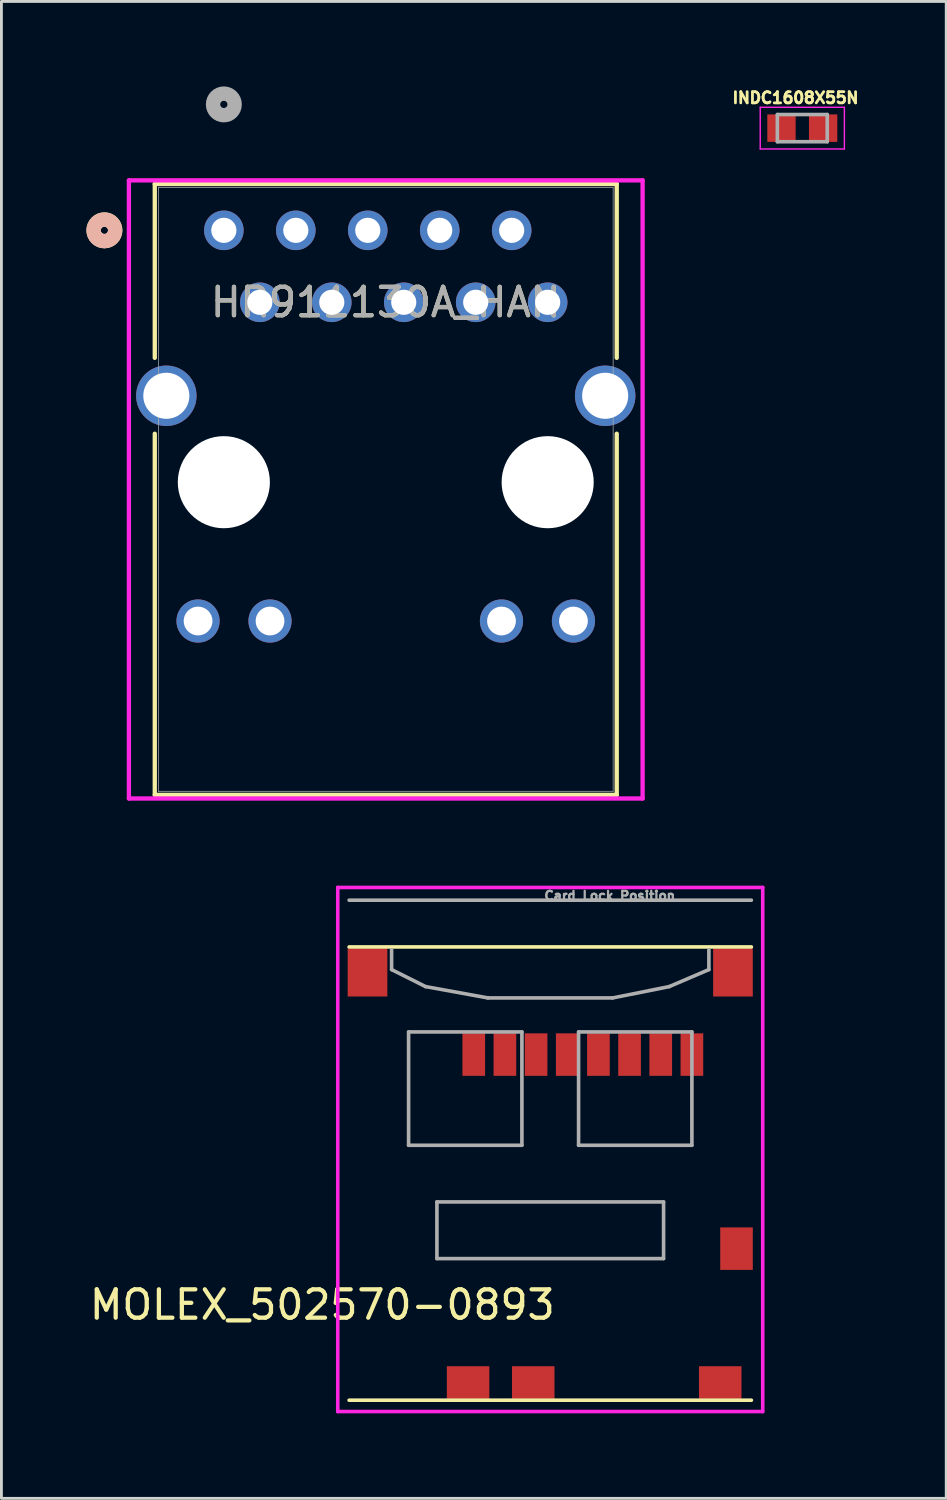
<source format=kicad_pcb>
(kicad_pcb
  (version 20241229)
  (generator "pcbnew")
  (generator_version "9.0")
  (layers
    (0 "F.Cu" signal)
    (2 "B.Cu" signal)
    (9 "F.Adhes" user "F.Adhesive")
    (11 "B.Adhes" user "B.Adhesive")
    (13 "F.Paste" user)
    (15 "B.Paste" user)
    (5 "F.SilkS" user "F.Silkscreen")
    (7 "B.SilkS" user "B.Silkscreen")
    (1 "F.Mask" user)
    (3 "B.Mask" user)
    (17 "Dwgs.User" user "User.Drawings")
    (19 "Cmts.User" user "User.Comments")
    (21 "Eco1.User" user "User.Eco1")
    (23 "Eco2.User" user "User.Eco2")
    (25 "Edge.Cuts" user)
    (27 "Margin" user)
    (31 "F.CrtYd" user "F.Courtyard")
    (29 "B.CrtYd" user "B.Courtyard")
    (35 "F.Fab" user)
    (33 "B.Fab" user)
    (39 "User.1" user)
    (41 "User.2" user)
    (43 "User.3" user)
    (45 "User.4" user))
  (footprint "MOLEX_502570-0893"
    (layer "F.Cu")
    (at 16.372 38.374)
    (property "Reference" "MOLEX_502570-0893" (at -8.046 4.631 180) (layer "F.SilkS") (effects (font (size 1.001 1.001) (thickness 0.15))))
    (attr smd)
    (fp_line (start -7.1 -8) (end 7.1 -8) (stroke (width 0.127) (type solid)) (layer "F.SilkS"))
    (fp_line (start -7.1 8) (end 7.1 8) (stroke (width 0.127) (type solid)) (layer "F.SilkS"))
    (fp_line (start -7.5 -10.1) (end -7.5 8.4) (stroke (width 0.127) (type solid)) (layer "F.CrtYd"))
    (fp_line (start -7.5 8.4) (end 7.5 8.4) (stroke (width 0.127) (type solid)) (layer "F.CrtYd"))
    (fp_line (start 7.5 -10.1) (end -7.5 -10.1) (stroke (width 0.127) (type solid)) (layer "F.CrtYd"))
    (fp_line (start 7.5 8.4) (end 7.5 -10.1) (stroke (width 0.127) (type solid)) (layer "F.CrtYd"))
    (fp_line (start -7.1 -9.65) (end 7.1 -9.65) (stroke (width 0.127) (type solid)) (layer "F.Fab"))
    (fp_line (start -5.6 -7.9) (end -5.6 -7.2) (stroke (width 0.127) (type solid)) (layer "F.Fab"))
    (fp_line (start -5.6 -7.2) (end -4.4 -6.6) (stroke (width 0.127) (type solid)) (layer "F.Fab"))
    (fp_line (start -5 -5) (end -5 -1) (stroke (width 0.127) (type solid)) (layer "F.Fab"))
    (fp_line (start -5 -1) (end -1 -1) (stroke (width 0.127) (type solid)) (layer "F.Fab"))
    (fp_line (start -4.4 -6.6) (end -2.2 -6.2) (stroke (width 0.127) (type solid)) (layer "F.Fab"))
    (fp_line (start -4 1) (end -4 3) (stroke (width 0.127) (type solid)) (layer "F.Fab"))
    (fp_line (start -4 3) (end 4 3) (stroke (width 0.127) (type solid)) (layer "F.Fab"))
    (fp_line (start -2.2 -6.2) (end 2.2 -6.2) (stroke (width 0.127) (type solid)) (layer "F.Fab"))
    (fp_line (start -1 -5) (end -5 -5) (stroke (width 0.127) (type solid)) (layer "F.Fab"))
    (fp_line (start -1 -1) (end -1 -5) (stroke (width 0.127) (type solid)) (layer "F.Fab"))
    (fp_line (start 1 -5) (end 1 -1) (stroke (width 0.127) (type solid)) (layer "F.Fab"))
    (fp_line (start 1 -1) (end 5 -1) (stroke (width 0.127) (type solid)) (layer "F.Fab"))
    (fp_line (start 4 1) (end -4 1) (stroke (width 0.127) (type solid)) (layer "F.Fab"))
    (fp_line (start 4 3) (end 4 1) (stroke (width 0.127) (type solid)) (layer "F.Fab"))
    (fp_line (start 4.2 -6.6) (end 2.2 -6.2) (stroke (width 0.127) (type solid)) (layer "F.Fab"))
    (fp_line (start 5 -5) (end 1 -5) (stroke (width 0.127) (type solid)) (layer "F.Fab"))
    (fp_line (start 5 -1) (end 5 -5) (stroke (width 0.127) (type solid)) (layer "F.Fab"))
    (fp_line (start 5.6 -7.2) (end 4.2 -6.6) (stroke (width 0.127) (type solid)) (layer "F.Fab"))
    (fp_line (start 5.6 -7.2) (end 5.6 -7.9) (stroke (width 0.127) (type solid)) (layer "F.Fab"))
    (fp_text user "Card Lock Position" (at 2.101 -9.805 0) (layer "F.Fab") (effects (font (size 0.32 0.32) (thickness 0.08))))
    (pad "1" smd rect (at -2.7 -4.2) (size 0.8 1.5) (layers "F.Cu" "F.Mask" "F.Paste"))
    (pad "2" smd rect (at -1.6 -4.2) (size 0.8 1.5) (layers "F.Cu" "F.Mask" "F.Paste"))
    (pad "3" smd rect (at -0.5 -4.2) (size 0.8 1.5) (layers "F.Cu" "F.Mask" "F.Paste"))
    (pad "4" smd rect (at 0.6 -4.2) (size 0.8 1.5) (layers "F.Cu" "F.Mask" "F.Paste"))
    (pad "5" smd rect (at 1.7 -4.2) (size 0.8 1.5) (layers "F.Cu" "F.Mask" "F.Paste"))
    (pad "6" smd rect (at 2.8 -4.2) (size 0.8 1.5) (layers "F.Cu" "F.Mask" "F.Paste"))
    (pad "7" smd rect (at 3.9 -4.2) (size 0.8 1.5) (layers "F.Cu" "F.Mask" "F.Paste"))
    (pad "8" smd rect (at 5 -4.2) (size 0.8 1.5) (layers "F.Cu" "F.Mask" "F.Paste"))
    (pad "DL" smd rect (at 6.575 2.65) (size 1.15 1.5) (layers "F.Cu" "F.Mask" "F.Paste"))
    (pad "DS" smd rect (at -0.6 7.375) (size 1.5 1.15) (layers "F.Cu" "F.Mask" "F.Paste"))
    (pad "S1" smd rect (at -6.45 -7.1) (size 1.4 1.7) (layers "F.Cu" "F.Mask" "F.Paste"))
    (pad "S2" smd rect (at 6.45 -7.1) (size 1.4 1.7) (layers "F.Cu" "F.Mask" "F.Paste"))
    (pad "S3" smd rect (at -2.9 7.375) (size 1.5 1.15) (layers "F.Cu" "F.Mask" "F.Paste"))
    (pad "S4" smd rect (at 6 7.375) (size 1.5 1.15) (layers "F.Cu" "F.Mask" "F.Paste")))
  (footprint "HR911130A_HAN"
    (layer "F.Cu")
    (at 4.851 5.08)
    (property "Reference" "HR911130A_HAN" (at 5.715 2.54 0) (unlocked yes) (layer "F.SilkS") (effects (font (size 1 1) (thickness 0.15))))
    (attr through_hole)
    (fp_line (start -2.438 -1.637) (end -2.438 4.501) (stroke (width 0.152) (type solid)) (layer "F.SilkS"))
    (fp_line (start -2.438 7.179) (end -2.438 19.928) (stroke (width 0.152) (type solid)) (layer "F.SilkS"))
    (fp_line (start -2.438 19.928) (end 13.868 19.928) (stroke (width 0.152) (type solid)) (layer "F.SilkS"))
    (fp_line (start 13.868 -1.637) (end -2.438 -1.637) (stroke (width 0.152) (type solid)) (layer "F.SilkS"))
    (fp_line (start 13.868 4.501) (end 13.868 -1.637) (stroke (width 0.152) (type solid)) (layer "F.SilkS"))
    (fp_line (start 13.868 19.928) (end 13.868 7.179) (stroke (width 0.152) (type solid)) (layer "F.SilkS"))
    (fp_circle (center -4.216 0) (end -3.835 0) (stroke (width 0.508) (type solid)) (fill no) (layer "F.SilkS"))
    (fp_circle (center -4.216 0) (end -3.835 0) (stroke (width 0.508) (type solid)) (fill no) (layer "B.SilkS"))
    (fp_line (start -3.351 -1.764) (end -3.351 20.055) (stroke (width 0.152) (type solid)) (layer "F.CrtYd"))
    (fp_line (start -3.351 20.055) (end 14.781 20.055) (stroke (width 0.152) (type solid)) (layer "F.CrtYd"))
    (fp_line (start 14.781 -1.764) (end -3.351 -1.764) (stroke (width 0.152) (type solid)) (layer "F.CrtYd"))
    (fp_line (start 14.781 20.055) (end 14.781 -1.764) (stroke (width 0.152) (type solid)) (layer "F.CrtYd"))
    (fp_line (start -2.311 -1.51) (end -2.311 19.801) (stroke (width 0.025) (type solid)) (layer "F.Fab"))
    (fp_line (start -2.311 19.801) (end 13.741 19.801) (stroke (width 0.025) (type solid)) (layer "F.Fab"))
    (fp_line (start 13.741 -1.51) (end -2.311 -1.51) (stroke (width 0.025) (type solid)) (layer "F.Fab"))
    (fp_line (start 13.741 19.801) (end 13.741 -1.51) (stroke (width 0.025) (type solid)) (layer "F.Fab"))
    (fp_circle (center 0 -4.445) (end 0.381 -4.445) (stroke (width 0.508) (type solid)) (fill no) (layer "F.Fab"))
    (fp_text user "${REFERENCE}" (at 5.715 2.54 0) (unlocked yes) (layer "F.Fab") (effects (font (size 1 1) (thickness 0.15))))
    (pad "" np_thru_hole circle (at 0 8.89) (size 3.251 3.251) (drill 3.251) (layers "*.Cu" "*.Mask"))
    (pad "" np_thru_hole circle (at 11.43 8.89) (size 3.251 3.251) (drill 3.251) (layers "*.Cu" "*.Mask"))
    (pad "1" thru_hole circle (at 0 0) (size 1.397 1.397) (drill 0.889) (layers "*.Cu" "*.Mask"))
    (pad "2" thru_hole circle (at 1.27 2.54) (size 1.397 1.397) (drill 0.889) (layers "*.Cu" "*.Mask"))
    (pad "3" thru_hole circle (at 2.54 0) (size 1.397 1.397) (drill 0.889) (layers "*.Cu" "*.Mask"))
    (pad "4" thru_hole circle (at 3.81 2.54) (size 1.397 1.397) (drill 0.889) (layers "*.Cu" "*.Mask"))
    (pad "5" thru_hole circle (at 5.08 0) (size 1.397 1.397) (drill 0.889) (layers "*.Cu" "*.Mask"))
    (pad "6" thru_hole circle (at 6.35 2.54) (size 1.397 1.397) (drill 0.889) (layers "*.Cu" "*.Mask"))
    (pad "7" thru_hole circle (at 7.62 0) (size 1.397 1.397) (drill 0.889) (layers "*.Cu" "*.Mask"))
    (pad "8" thru_hole circle (at 8.89 2.54) (size 1.397 1.397) (drill 0.889) (layers "*.Cu" "*.Mask"))
    (pad "9" thru_hole circle (at 10.16 0) (size 1.397 1.397) (drill 0.889) (layers "*.Cu" "*.Mask"))
    (pad "10" thru_hole circle (at 11.43 2.54) (size 1.397 1.397) (drill 0.889) (layers "*.Cu" "*.Mask"))
    (pad "11" thru_hole circle (at -0.91 13.79) (size 1.524 1.524) (drill 1.016) (layers "*.Cu" "*.Mask"))
    (pad "12" thru_hole circle (at 1.63 13.79) (size 1.524 1.524) (drill 1.016) (layers "*.Cu" "*.Mask"))
    (pad "13" thru_hole circle (at 9.8 13.79) (size 1.524 1.524) (drill 1.016) (layers "*.Cu" "*.Mask"))
    (pad "14" thru_hole circle (at 12.34 13.79) (size 1.524 1.524) (drill 1.016) (layers "*.Cu" "*.Mask"))
    (pad "15" thru_hole circle (at -2.03 5.84) (size 2.134 2.134) (drill 1.626) (layers "*.Cu" "*.Mask"))
    (pad "16" thru_hole circle (at 13.46 5.84) (size 2.134 2.134) (drill 1.626) (layers "*.Cu" "*.Mask")))
  (footprint "INDC1608X55N"
    (layer "F.Cu")
    (at 25.269 1.473)
    (property "Reference" "INDC1608X55N" (at -0.24 -1.07 0) (layer "F.SilkS") (effects (font (size 0.394 0.394) (thickness 0.15))))
    (attr smd)
    (fp_line (start -1.485 -0.735) (end 1.485 -0.735) (stroke (width 0.05) (type solid)) (layer "F.CrtYd"))
    (fp_line (start -1.485 0.735) (end -1.485 -0.735) (stroke (width 0.05) (type solid)) (layer "F.CrtYd"))
    (fp_line (start -1.485 0.735) (end 1.485 0.735) (stroke (width 0.05) (type solid)) (layer "F.CrtYd"))
    (fp_line (start 1.485 0.735) (end 1.485 -0.735) (stroke (width 0.05) (type solid)) (layer "F.CrtYd"))
    (fp_line (start -0.88 0.48) (end -0.88 -0.48) (stroke (width 0.127) (type solid)) (layer "F.Fab"))
    (fp_line (start 0.88 -0.48) (end -0.88 -0.48) (stroke (width 0.127) (type solid)) (layer "F.Fab"))
    (fp_line (start 0.88 0.48) (end -0.88 0.48) (stroke (width 0.127) (type solid)) (layer "F.Fab"))
    (fp_line (start 0.88 0.48) (end 0.88 -0.48) (stroke (width 0.127) (type solid)) (layer "F.Fab"))
    (pad "1" smd rect (at -0.735 0) (size 1 0.97) (layers "F.Cu" "F.Mask" "F.Paste"))
    (pad "2" smd rect (at 0.735 0) (size 1 0.97) (layers "F.Cu" "F.Mask" "F.Paste")))
  (gr_rect
    (start -3 -3)
    (end 30.349 49.838)
    (stroke (width 0.1) (type default))
    (fill no)
    (layer "Edge.Cuts")))
</source>
